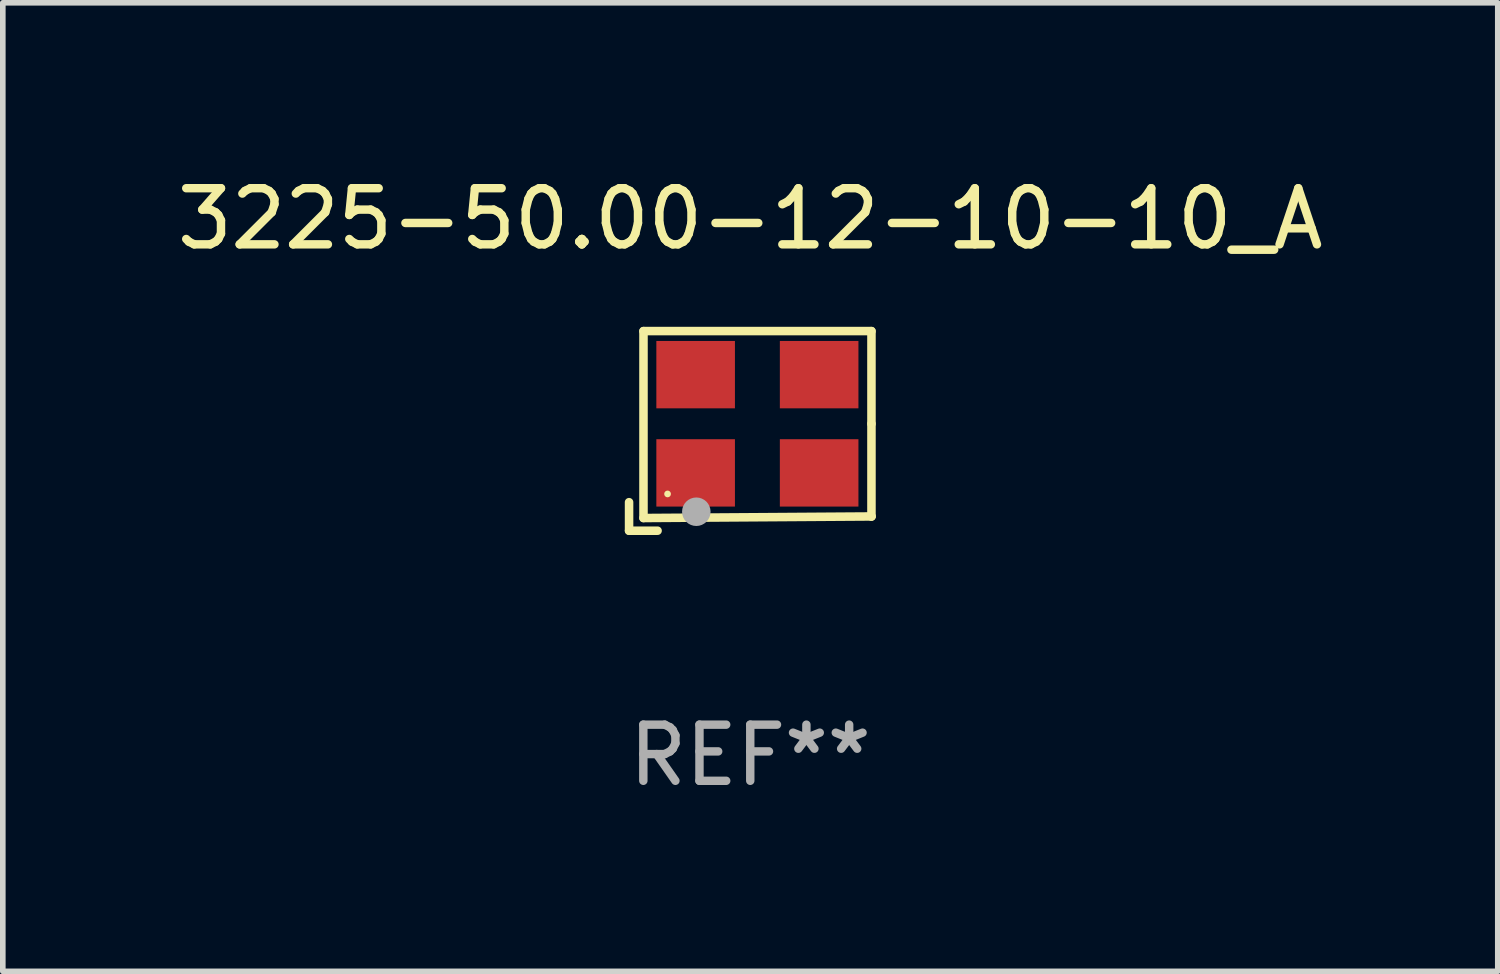
<source format=kicad_pcb>
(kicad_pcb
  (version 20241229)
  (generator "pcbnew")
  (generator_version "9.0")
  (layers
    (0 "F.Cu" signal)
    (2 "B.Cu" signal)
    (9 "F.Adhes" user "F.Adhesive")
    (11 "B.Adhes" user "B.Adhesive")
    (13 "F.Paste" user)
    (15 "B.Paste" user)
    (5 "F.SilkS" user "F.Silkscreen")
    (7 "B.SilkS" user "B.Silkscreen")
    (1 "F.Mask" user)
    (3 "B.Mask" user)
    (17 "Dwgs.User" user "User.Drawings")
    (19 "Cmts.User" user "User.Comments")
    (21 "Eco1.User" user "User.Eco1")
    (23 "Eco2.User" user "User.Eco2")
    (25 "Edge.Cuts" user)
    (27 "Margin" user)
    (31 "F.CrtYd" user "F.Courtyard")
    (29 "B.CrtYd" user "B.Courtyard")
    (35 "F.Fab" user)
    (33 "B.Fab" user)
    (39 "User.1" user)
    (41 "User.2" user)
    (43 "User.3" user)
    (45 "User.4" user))
  (footprint "3225-50.00-12-10-10_A"
    (layer "F.Cu")
    (at 10.315 4.626)
    (property "Reference" "3225-50.00-12-10-10_A" (at 0 -3.778 0) (layer "F.SilkS") (effects (font (size 1 1) (thickness 0.15))))
    (attr through_hole)
    (fp_line (start -2.159 1.27) (end -2.159 1.778) (stroke (width 0.152) (type solid)) (layer "F.SilkS"))
    (fp_line (start -2.159 1.778) (end -1.651 1.778) (stroke (width 0.152) (type solid)) (layer "F.SilkS"))
    (fp_line (start -1.902 -1.778) (end 2.159 -1.778) (stroke (width 0.152) (type solid)) (layer "F.SilkS"))
    (fp_line (start -1.902 1.552) (end -1.902 -1.778) (stroke (width 0.152) (type solid)) (layer "F.SilkS"))
    (fp_line (start 2.159 -1.778) (end 2.159 -0.127) (stroke (width 0.152) (type solid)) (layer "F.SilkS"))
    (fp_line (start 2.159 -0.127) (end 2.159 1.524) (stroke (width 0.152) (type solid)) (layer "F.SilkS"))
    (fp_line (start 2.159 1.524) (end -1.902 1.552) (stroke (width 0.152) (type solid)) (layer "F.SilkS"))
    (fp_line (start 2.159 1.524) (end 2.159 1.524) (stroke (width 0.152) (type solid)) (layer "F.SilkS"))
    (fp_circle (center -1.473 1.123) (end -1.443 1.123) (stroke (width 0.06) (type solid)) (fill no) (layer "F.SilkS"))
    (fp_circle (center -0.961 1.44) (end -0.834 1.44) (stroke (width 0.254) (type solid)) (fill no) (layer "F.Fab"))
    (fp_text user "REF**" (at 0 5.778 0) (layer "F.Fab") (effects (font (size 1 1) (thickness 0.15))))
    (pad "1" smd rect (at -0.973 0.748) (size 1.4 1.2) (layers "F.Cu" "F.Mask" "F.Paste"))
    (pad "2" smd rect (at 1.227 0.748) (size 1.4 1.2) (layers "F.Cu" "F.Mask" "F.Paste"))
    (pad "3" smd rect (at 1.227 -1.002) (size 1.4 1.2) (layers "F.Cu" "F.Mask" "F.Paste"))
    (pad "4" smd rect (at -0.973 -1.002) (size 1.4 1.2) (layers "F.Cu" "F.Mask" "F.Paste")))
  (gr_rect
    (start -3 -3)
    (end 23.631 14.253)
    (stroke (width 0.1) (type default))
    (fill no)
    (layer "Edge.Cuts")))
</source>
